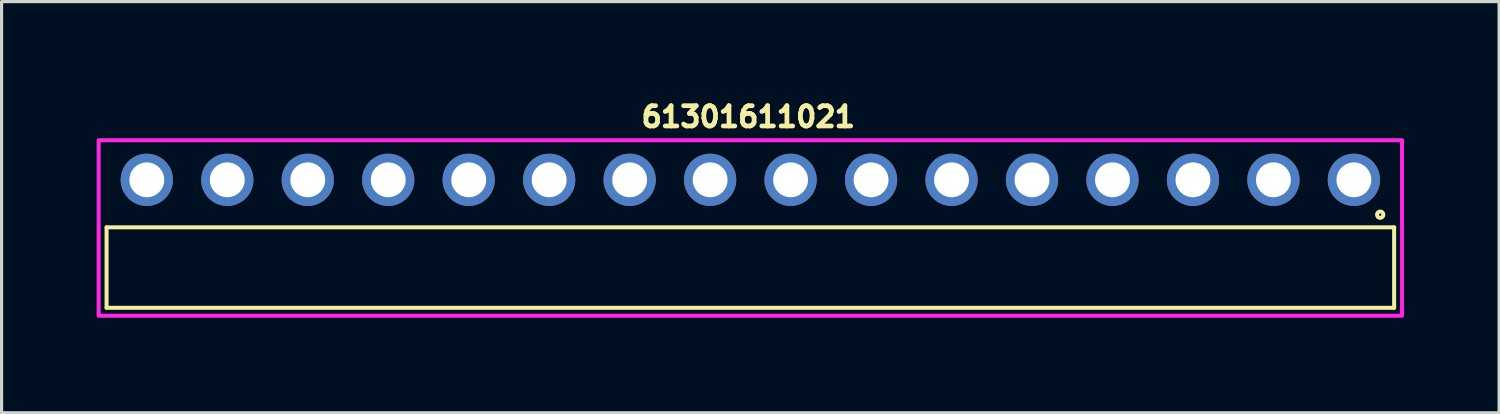
<source format=kicad_pcb>
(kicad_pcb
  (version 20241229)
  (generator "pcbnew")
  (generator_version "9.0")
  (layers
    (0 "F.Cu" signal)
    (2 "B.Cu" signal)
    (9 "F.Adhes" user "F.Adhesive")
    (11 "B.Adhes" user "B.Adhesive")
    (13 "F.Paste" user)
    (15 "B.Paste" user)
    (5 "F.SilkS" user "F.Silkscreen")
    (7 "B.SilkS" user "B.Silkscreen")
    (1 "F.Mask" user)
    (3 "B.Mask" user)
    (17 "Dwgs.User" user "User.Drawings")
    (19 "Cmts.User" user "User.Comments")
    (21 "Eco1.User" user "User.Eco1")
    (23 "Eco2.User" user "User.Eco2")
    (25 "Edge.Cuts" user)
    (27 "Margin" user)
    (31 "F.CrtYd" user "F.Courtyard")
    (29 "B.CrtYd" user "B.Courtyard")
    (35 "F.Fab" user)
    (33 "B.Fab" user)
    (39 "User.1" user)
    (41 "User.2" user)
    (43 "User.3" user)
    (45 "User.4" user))
  (footprint "61301611021"
    (layer "F.Cu")
    (at 20.634 2.626)
    (property "Reference" "61301611021" (at -0.065 -1.988 0) (layer "F.SilkS") (effects (font (size 0.64 0.64) (thickness 0.15))))
    (attr through_hole)
    (fp_line (start -20.32 1.5) (end 20.32 1.5) (stroke (width 0.127) (type solid)) (layer "F.SilkS"))
    (fp_line (start -20.32 4.04) (end -20.32 1.5) (stroke (width 0.127) (type solid)) (layer "F.SilkS"))
    (fp_line (start 20.32 1.5) (end 20.32 4.04) (stroke (width 0.127) (type solid)) (layer "F.SilkS"))
    (fp_line (start 20.32 4.04) (end -20.32 4.04) (stroke (width 0.127) (type solid)) (layer "F.SilkS"))
    (fp_circle (center 19.88 1.1) (end 19.98 1.1) (stroke (width 0.127) (type solid)) (fill no) (layer "F.SilkS"))
    (fp_poly (pts (xy 20.57 4.29) (xy -20.57 4.29) (xy -20.57 -1.25) (xy 20.57 -1.25)) (stroke (width 0.127) (type solid)) (fill no) (layer "F.CrtYd"))
    (pad "1" thru_hole circle (at 19.05 0) (size 1.65 1.65) (drill 1.1) (layers "*.Cu" "*.Mask"))
    (pad "2" thru_hole circle (at 16.51 0) (size 1.65 1.65) (drill 1.1) (layers "*.Cu" "*.Mask"))
    (pad "3" thru_hole circle (at 13.97 0) (size 1.65 1.65) (drill 1.1) (layers "*.Cu" "*.Mask"))
    (pad "4" thru_hole circle (at 11.43 0) (size 1.65 1.65) (drill 1.1) (layers "*.Cu" "*.Mask"))
    (pad "5" thru_hole circle (at 8.89 0) (size 1.65 1.65) (drill 1.1) (layers "*.Cu" "*.Mask"))
    (pad "6" thru_hole circle (at 6.35 0) (size 1.65 1.65) (drill 1.1) (layers "*.Cu" "*.Mask"))
    (pad "7" thru_hole circle (at 3.81 0) (size 1.65 1.65) (drill 1.1) (layers "*.Cu" "*.Mask"))
    (pad "8" thru_hole circle (at 1.27 0) (size 1.65 1.65) (drill 1.1) (layers "*.Cu" "*.Mask"))
    (pad "9" thru_hole circle (at -1.27 0) (size 1.65 1.65) (drill 1.1) (layers "*.Cu" "*.Mask"))
    (pad "10" thru_hole circle (at -3.81 0) (size 1.65 1.65) (drill 1.1) (layers "*.Cu" "*.Mask"))
    (pad "11" thru_hole circle (at -6.35 0) (size 1.65 1.65) (drill 1.1) (layers "*.Cu" "*.Mask"))
    (pad "12" thru_hole circle (at -8.89 0) (size 1.65 1.65) (drill 1.1) (layers "*.Cu" "*.Mask"))
    (pad "13" thru_hole circle (at -11.43 0) (size 1.65 1.65) (drill 1.1) (layers "*.Cu" "*.Mask"))
    (pad "14" thru_hole circle (at -13.97 0) (size 1.65 1.65) (drill 1.1) (layers "*.Cu" "*.Mask"))
    (pad "15" thru_hole circle (at -16.51 0) (size 1.65 1.65) (drill 1.1) (layers "*.Cu" "*.Mask"))
    (pad "16" thru_hole circle (at -19.05 0) (size 1.65 1.65) (drill 1.1) (layers "*.Cu" "*.Mask")))
  (gr_rect
    (start -3 -3)
    (end 44.267 9.98)
    (stroke (width 0.1) (type default))
    (fill no)
    (layer "Edge.Cuts")))
</source>
